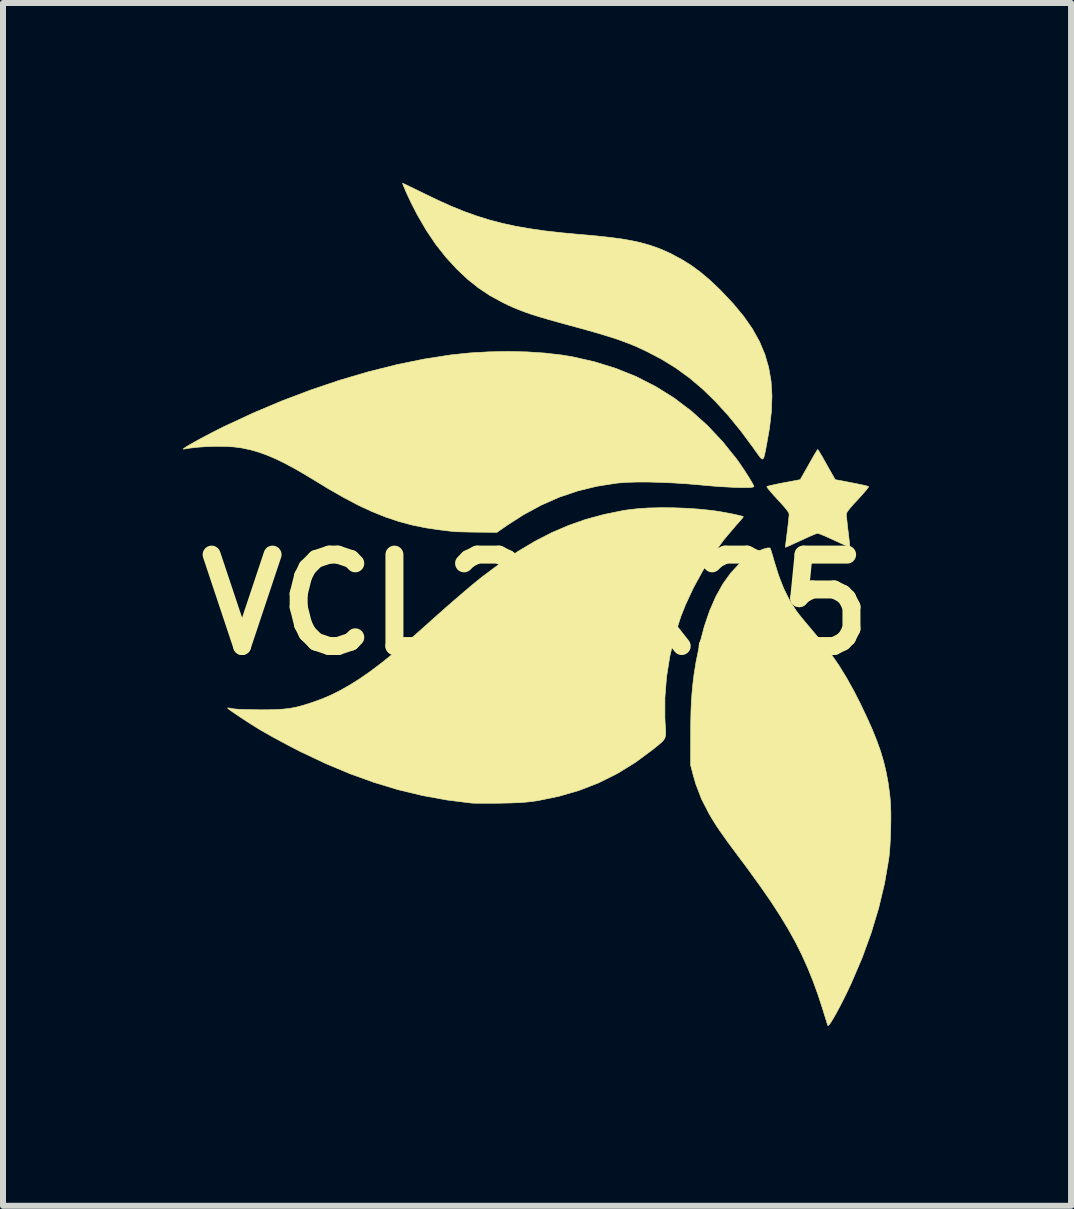
<source format=kicad_pcb>
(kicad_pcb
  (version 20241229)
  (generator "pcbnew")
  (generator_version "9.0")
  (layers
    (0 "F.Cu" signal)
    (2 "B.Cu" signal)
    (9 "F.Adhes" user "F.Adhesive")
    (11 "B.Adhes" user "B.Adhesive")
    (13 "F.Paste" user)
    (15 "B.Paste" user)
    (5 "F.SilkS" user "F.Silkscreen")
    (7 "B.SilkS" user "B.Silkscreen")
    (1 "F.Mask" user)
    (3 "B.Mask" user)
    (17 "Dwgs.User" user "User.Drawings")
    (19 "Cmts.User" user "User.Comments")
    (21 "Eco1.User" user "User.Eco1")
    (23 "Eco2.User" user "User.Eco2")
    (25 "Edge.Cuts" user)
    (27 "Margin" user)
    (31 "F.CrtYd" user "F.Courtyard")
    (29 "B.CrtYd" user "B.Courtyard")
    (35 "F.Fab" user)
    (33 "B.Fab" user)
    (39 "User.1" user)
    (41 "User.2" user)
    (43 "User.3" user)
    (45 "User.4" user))
  (footprint "VCL25x25"
    (layer "F.Cu")
    (at 5.885 7.032)
    (property "Reference" "VCL25x25" (at 0 0 0) (layer "F.SilkS") (effects (font (size 1.524 1.524) (thickness 0.3))))
    (attr through_hole)
    (fp_poly (pts (xy 4.709 -2.574) (xy 4.732 -2.538) (xy 4.765 -2.482) (xy 4.805 -2.412) (xy 4.848 -2.336) (xy 4.99 -2.085) (xy 5.265 -2.033) (xy 5.355 -2.015) (xy 5.433 -1.999) (xy 5.495 -1.985) (xy 5.535 -1.974) (xy 5.548 -1.969) (xy 5.54 -1.954) (xy 5.514 -1.919) (xy 5.472 -1.87) (xy 5.419 -1.81) (xy 5.366 -1.752) (xy 5.289 -1.669) (xy 5.234 -1.605) (xy 5.198 -1.558) (xy 5.179 -1.525) (xy 5.175 -1.508) (xy 5.177 -1.479) (xy 5.183 -1.425) (xy 5.191 -1.352) (xy 5.2 -1.267) (xy 5.207 -1.215) (xy 5.217 -1.13) (xy 5.225 -1.056) (xy 5.231 -1) (xy 5.234 -0.966) (xy 5.234 -0.959) (xy 5.22 -0.964) (xy 5.181 -0.981) (xy 5.122 -1.007) (xy 5.049 -1.04) (xy 4.978 -1.073) (xy 4.894 -1.111) (xy 4.819 -1.145) (xy 4.757 -1.17) (xy 4.715 -1.186) (xy 4.698 -1.191) (xy 4.674 -1.184) (xy 4.628 -1.166) (xy 4.567 -1.14) (xy 4.499 -1.109) (xy 4.393 -1.06) (xy 4.303 -1.019) (xy 4.233 -0.987) (xy 4.185 -0.966) (xy 4.161 -0.957) (xy 4.159 -0.957) (xy 4.161 -0.973) (xy 4.166 -1.015) (xy 4.174 -1.078) (xy 4.184 -1.157) (xy 4.191 -1.214) (xy 4.202 -1.304) (xy 4.211 -1.384) (xy 4.218 -1.45) (xy 4.222 -1.495) (xy 4.223 -1.508) (xy 4.215 -1.532) (xy 4.193 -1.568) (xy 4.152 -1.619) (xy 4.092 -1.687) (xy 4.032 -1.752) (xy 3.971 -1.819) (xy 3.919 -1.878) (xy 3.879 -1.925) (xy 3.855 -1.957) (xy 3.85 -1.969) (xy 3.867 -1.975) (xy 3.911 -1.987) (xy 3.975 -2.001) (xy 4.055 -2.018) (xy 4.133 -2.033) (xy 4.408 -2.085) (xy 4.55 -2.336) (xy 4.595 -2.416) (xy 4.635 -2.486) (xy 4.668 -2.54) (xy 4.69 -2.576) (xy 4.699 -2.588) (xy 4.709 -2.574)) (stroke (width 0.01) (type solid)) (fill yes) (layer "F.SilkS"))
    (fp_poly (pts (xy -2.209 -7.021) (xy -2.171 -7.004) (xy -2.112 -6.975) (xy -2.035 -6.938) (xy -1.946 -6.895) (xy -1.861 -6.853) (xy -1.628 -6.741) (xy -1.408 -6.642) (xy -1.196 -6.556) (xy -0.987 -6.481) (xy -0.779 -6.416) (xy -0.565 -6.36) (xy -0.343 -6.311) (xy -0.107 -6.27) (xy 0.146 -6.233) (xy 0.421 -6.202) (xy 0.723 -6.173) (xy 0.794 -6.168) (xy 1.032 -6.146) (xy 1.243 -6.123) (xy 1.43 -6.098) (xy 1.597 -6.069) (xy 1.748 -6.036) (xy 1.887 -5.997) (xy 2.017 -5.953) (xy 2.143 -5.902) (xy 2.269 -5.843) (xy 2.278 -5.838) (xy 2.441 -5.75) (xy 2.594 -5.654) (xy 2.741 -5.546) (xy 2.891 -5.42) (xy 3.048 -5.272) (xy 3.088 -5.232) (xy 3.291 -5.017) (xy 3.465 -4.807) (xy 3.61 -4.599) (xy 3.727 -4.389) (xy 3.817 -4.176) (xy 3.881 -3.956) (xy 3.921 -3.726) (xy 3.936 -3.484) (xy 3.927 -3.226) (xy 3.896 -2.95) (xy 3.849 -2.683) (xy 3.829 -2.576) (xy 3.813 -2.499) (xy 3.799 -2.45) (xy 3.783 -2.428) (xy 3.762 -2.434) (xy 3.734 -2.464) (xy 3.693 -2.52) (xy 3.638 -2.598) (xy 3.628 -2.613) (xy 3.414 -2.901) (xy 3.203 -3.159) (xy 2.992 -3.39) (xy 2.779 -3.597) (xy 2.56 -3.782) (xy 2.334 -3.946) (xy 2.097 -4.092) (xy 1.849 -4.222) (xy 1.747 -4.27) (xy 1.648 -4.315) (xy 1.546 -4.356) (xy 1.439 -4.396) (xy 1.323 -4.437) (xy 1.193 -4.478) (xy 1.046 -4.523) (xy 0.878 -4.571) (xy 0.686 -4.624) (xy 0.556 -4.659) (xy 0.364 -4.712) (xy 0.2 -4.758) (xy 0.058 -4.8) (xy -0.065 -4.838) (xy -0.174 -4.876) (xy -0.272 -4.913) (xy -0.365 -4.951) (xy -0.455 -4.991) (xy -0.548 -5.036) (xy -0.56 -5.042) (xy -0.769 -5.156) (xy -0.958 -5.282) (xy -1.137 -5.425) (xy -1.315 -5.593) (xy -1.321 -5.598) (xy -1.503 -5.797) (xy -1.67 -6.009) (xy -1.825 -6.239) (xy -1.973 -6.493) (xy -2.056 -6.653) (xy -2.09 -6.722) (xy -2.125 -6.796) (xy -2.159 -6.869) (xy -2.187 -6.935) (xy -2.209 -6.988) (xy -2.221 -7.02) (xy -2.223 -7.027) (xy -2.209 -7.021)) (stroke (width 0.01) (type solid)) (fill yes) (layer "F.SilkS"))
    (fp_poly (pts (xy -0.147 -4.215) (xy 0.154 -4.195) (xy 0.437 -4.162) (xy 0.602 -4.135) (xy 0.977 -4.05) (xy 1.335 -3.939) (xy 1.675 -3.802) (xy 1.998 -3.637) (xy 2.304 -3.446) (xy 2.592 -3.228) (xy 2.864 -2.984) (xy 3.118 -2.713) (xy 3.347 -2.427) (xy 3.397 -2.357) (xy 3.449 -2.28) (xy 3.501 -2.202) (xy 3.548 -2.128) (xy 3.588 -2.062) (xy 3.618 -2.01) (xy 3.633 -1.977) (xy 3.635 -1.969) (xy 3.62 -1.961) (xy 3.577 -1.955) (xy 3.509 -1.953) (xy 3.42 -1.953) (xy 3.314 -1.956) (xy 3.194 -1.962) (xy 3.064 -1.969) (xy 2.927 -1.98) (xy 2.787 -1.992) (xy 2.77 -1.994) (xy 2.54 -2.014) (xy 2.312 -2.029) (xy 2.091 -2.039) (xy 1.883 -2.045) (xy 1.69 -2.045) (xy 1.518 -2.04) (xy 1.372 -2.029) (xy 1.344 -2.026) (xy 1.013 -1.974) (xy 0.696 -1.896) (xy 0.388 -1.792) (xy 0.087 -1.659) (xy -0.211 -1.497) (xy -0.48 -1.324) (xy -0.649 -1.206) (xy -0.956 -1.209) (xy -1.057 -1.21) (xy -1.151 -1.212) (xy -1.233 -1.214) (xy -1.297 -1.216) (xy -1.333 -1.217) (xy -1.378 -1.221) (xy -1.444 -1.228) (xy -1.523 -1.238) (xy -1.603 -1.247) (xy -1.838 -1.282) (xy -2.064 -1.328) (xy -2.285 -1.387) (xy -2.505 -1.461) (xy -2.728 -1.55) (xy -2.958 -1.657) (xy -3.199 -1.784) (xy -3.455 -1.93) (xy -3.635 -2.04) (xy -3.84 -2.164) (xy -4.023 -2.27) (xy -4.189 -2.359) (xy -4.341 -2.433) (xy -4.483 -2.493) (xy -4.618 -2.542) (xy -4.75 -2.58) (xy -4.883 -2.609) (xy -4.909 -2.614) (xy -5.029 -2.63) (xy -5.172 -2.639) (xy -5.328 -2.641) (xy -5.488 -2.636) (xy -5.645 -2.625) (xy -5.788 -2.608) (xy -5.874 -2.593) (xy -5.88 -2.596) (xy -5.861 -2.611) (xy -5.821 -2.638) (xy -5.761 -2.673) (xy -5.687 -2.715) (xy -5.6 -2.763) (xy -5.504 -2.814) (xy -5.403 -2.867) (xy -5.299 -2.92) (xy -5.199 -2.97) (xy -4.722 -3.192) (xy -4.239 -3.396) (xy -3.753 -3.58) (xy -3.27 -3.743) (xy -2.79 -3.884) (xy -2.319 -4.002) (xy -1.859 -4.096) (xy -1.414 -4.165) (xy -1.405 -4.166) (xy -1.095 -4.198) (xy -0.778 -4.216) (xy -0.46 -4.222) (xy -0.147 -4.215)) (stroke (width 0.01) (type solid)) (fill yes) (layer "F.SilkS"))
    (fp_poly (pts (xy 3.904 -0.943) (xy 3.913 -0.923) (xy 3.928 -0.878) (xy 3.947 -0.816) (xy 3.968 -0.743) (xy 3.969 -0.738) (xy 4.047 -0.487) (xy 4.134 -0.265) (xy 4.232 -0.069) (xy 4.341 0.102) (xy 4.341 0.102) (xy 4.375 0.147) (xy 4.425 0.21) (xy 4.486 0.284) (xy 4.551 0.361) (xy 4.588 0.405) (xy 4.762 0.614) (xy 4.915 0.814) (xy 5.053 1.013) (xy 5.18 1.22) (xy 5.304 1.443) (xy 5.406 1.643) (xy 5.514 1.869) (xy 5.606 2.074) (xy 5.682 2.263) (xy 5.746 2.441) (xy 5.797 2.613) (xy 5.838 2.783) (xy 5.871 2.958) (xy 5.897 3.142) (xy 5.906 3.231) (xy 5.914 3.337) (xy 5.918 3.466) (xy 5.918 3.611) (xy 5.915 3.763) (xy 5.91 3.915) (xy 5.901 4.059) (xy 5.89 4.186) (xy 5.882 4.247) (xy 5.813 4.649) (xy 5.715 5.059) (xy 5.59 5.474) (xy 5.438 5.892) (xy 5.26 6.307) (xy 5.184 6.469) (xy 5.124 6.59) (xy 5.067 6.701) (xy 5.014 6.8) (xy 4.967 6.884) (xy 4.927 6.95) (xy 4.896 6.996) (xy 4.875 7.018) (xy 4.867 7.016) (xy 4.86 6.994) (xy 4.845 6.946) (xy 4.825 6.881) (xy 4.8 6.802) (xy 4.786 6.755) (xy 4.706 6.509) (xy 4.622 6.277) (xy 4.531 6.053) (xy 4.433 5.836) (xy 4.325 5.62) (xy 4.204 5.403) (xy 4.069 5.18) (xy 3.918 4.948) (xy 3.749 4.704) (xy 3.56 4.442) (xy 3.473 4.324) (xy 3.364 4.179) (xy 3.273 4.056) (xy 3.196 3.952) (xy 3.132 3.862) (xy 3.077 3.785) (xy 3.03 3.716) (xy 2.989 3.653) (xy 2.951 3.591) (xy 2.913 3.528) (xy 2.891 3.491) (xy 2.763 3.243) (xy 2.665 2.987) (xy 2.625 2.847) (xy 2.58 2.675) (xy 2.581 2.159) (xy 2.582 1.953) (xy 2.586 1.771) (xy 2.593 1.609) (xy 2.604 1.459) (xy 2.618 1.315) (xy 2.636 1.17) (xy 2.66 1.019) (xy 2.667 0.972) (xy 2.731 0.655) (xy 2.808 0.364) (xy 2.898 0.099) (xy 3.002 -0.138) (xy 3.119 -0.348) (xy 3.25 -0.529) (xy 3.393 -0.683) (xy 3.548 -0.807) (xy 3.553 -0.811) (xy 3.614 -0.848) (xy 3.683 -0.882) (xy 3.752 -0.911) (xy 3.815 -0.934) (xy 3.866 -0.946) (xy 3.898 -0.946) (xy 3.904 -0.943)) (stroke (width 0.01) (type solid)) (fill yes) (layer "F.SilkS"))
    (fp_poly (pts (xy 2.285 -1.616) (xy 2.501 -1.608) (xy 2.713 -1.594) (xy 2.916 -1.573) (xy 3 -1.562) (xy 3.07 -1.551) (xy 3.148 -1.537) (xy 3.23 -1.522) (xy 3.308 -1.506) (xy 3.376 -1.491) (xy 3.427 -1.478) (xy 3.456 -1.469) (xy 3.459 -1.467) (xy 3.451 -1.454) (xy 3.425 -1.423) (xy 3.386 -1.377) (xy 3.336 -1.322) (xy 3.332 -1.317) (xy 3.138 -1.088) (xy 2.953 -0.835) (xy 2.781 -0.564) (xy 2.626 -0.281) (xy 2.493 0.005) (xy 2.415 0.202) (xy 2.311 0.528) (xy 2.232 0.865) (xy 2.178 1.208) (xy 2.151 1.55) (xy 2.151 1.886) (xy 2.154 1.961) (xy 2.161 2.055) (xy 2.164 2.126) (xy 2.162 2.18) (xy 2.151 2.222) (xy 2.129 2.259) (xy 2.092 2.297) (xy 2.038 2.343) (xy 1.964 2.402) (xy 1.945 2.418) (xy 1.658 2.63) (xy 1.36 2.814) (xy 1.049 2.969) (xy 0.726 3.095) (xy 0.387 3.194) (xy 0.032 3.267) (xy -0.007 3.273) (xy -0.097 3.285) (xy -0.192 3.294) (xy -0.299 3.301) (xy -0.424 3.306) (xy -0.573 3.309) (xy -0.611 3.31) (xy -0.724 3.311) (xy -0.83 3.311) (xy -0.923 3.311) (xy -0.998 3.311) (xy -1.051 3.309) (xy -1.072 3.308) (xy -1.486 3.256) (xy -1.892 3.182) (xy -2.292 3.086) (xy -2.691 2.966) (xy -3.091 2.822) (xy -3.497 2.652) (xy -3.913 2.456) (xy -4.038 2.392) (xy -4.149 2.334) (xy -4.266 2.271) (xy -4.383 2.208) (xy -4.488 2.149) (xy -4.575 2.099) (xy -4.58 2.096) (xy -4.658 2.049) (xy -4.742 1.996) (xy -4.827 1.942) (xy -4.909 1.888) (xy -4.985 1.837) (xy -5.05 1.793) (xy -5.101 1.757) (xy -5.132 1.732) (xy -5.141 1.722) (xy -5.124 1.722) (xy -5.086 1.728) (xy -5.056 1.734) (xy -5.018 1.739) (xy -4.953 1.744) (xy -4.868 1.748) (xy -4.768 1.75) (xy -4.659 1.752) (xy -4.596 1.753) (xy -4.441 1.752) (xy -4.311 1.748) (xy -4.199 1.74) (xy -4.097 1.728) (xy -3.999 1.709) (xy -3.898 1.683) (xy -3.786 1.649) (xy -3.715 1.625) (xy -3.563 1.57) (xy -3.411 1.505) (xy -3.258 1.428) (xy -3.102 1.339) (xy -2.939 1.237) (xy -2.768 1.118) (xy -2.587 0.982) (xy -2.394 0.828) (xy -2.186 0.654) (xy -1.961 0.458) (xy -1.786 0.302) (xy -1.64 0.171) (xy -1.494 0.042) (xy -1.351 -0.083) (xy -1.215 -0.199) (xy -1.091 -0.305) (xy -0.982 -0.395) (xy -0.892 -0.467) (xy -0.888 -0.47) (xy -0.589 -0.693) (xy -0.3 -0.888) (xy -0.016 -1.057) (xy 0.266 -1.202) (xy 0.549 -1.323) (xy 0.838 -1.424) (xy 1.135 -1.504) (xy 1.443 -1.567) (xy 1.524 -1.58) (xy 1.685 -1.599) (xy 1.87 -1.612) (xy 2.072 -1.617) (xy 2.285 -1.616)) (stroke (width 0.01) (type solid)) (fill yes) (layer "F.SilkS")))
  (gr_rect
    (start -3 -3)
    (end 14.808 17.055)
    (stroke (width 0.1) (type default))
    (fill no)
    (layer "Edge.Cuts")))
</source>
